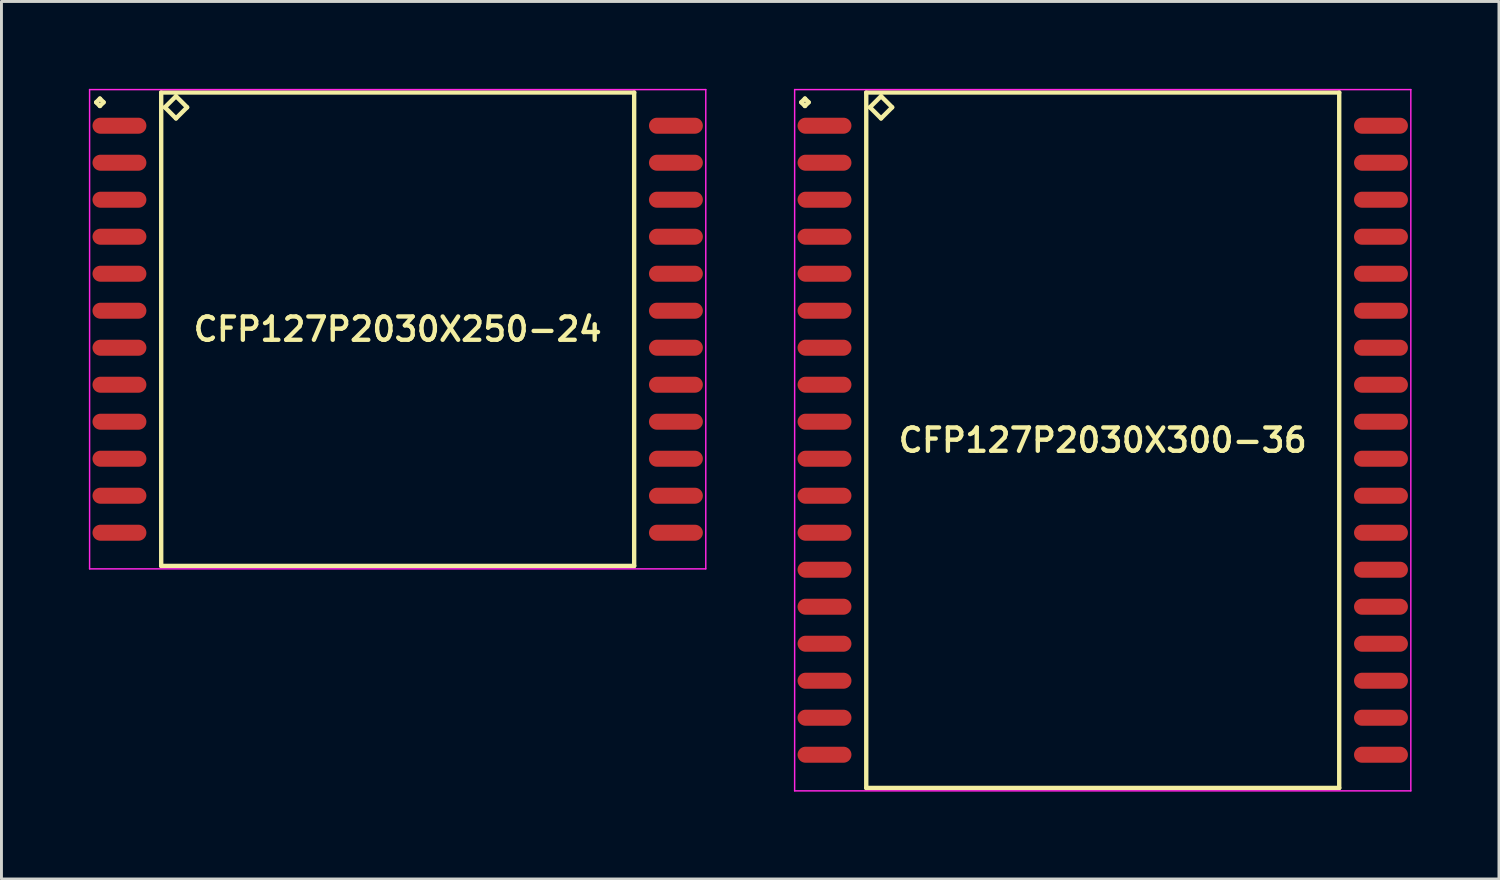
<source format=kicad_pcb>
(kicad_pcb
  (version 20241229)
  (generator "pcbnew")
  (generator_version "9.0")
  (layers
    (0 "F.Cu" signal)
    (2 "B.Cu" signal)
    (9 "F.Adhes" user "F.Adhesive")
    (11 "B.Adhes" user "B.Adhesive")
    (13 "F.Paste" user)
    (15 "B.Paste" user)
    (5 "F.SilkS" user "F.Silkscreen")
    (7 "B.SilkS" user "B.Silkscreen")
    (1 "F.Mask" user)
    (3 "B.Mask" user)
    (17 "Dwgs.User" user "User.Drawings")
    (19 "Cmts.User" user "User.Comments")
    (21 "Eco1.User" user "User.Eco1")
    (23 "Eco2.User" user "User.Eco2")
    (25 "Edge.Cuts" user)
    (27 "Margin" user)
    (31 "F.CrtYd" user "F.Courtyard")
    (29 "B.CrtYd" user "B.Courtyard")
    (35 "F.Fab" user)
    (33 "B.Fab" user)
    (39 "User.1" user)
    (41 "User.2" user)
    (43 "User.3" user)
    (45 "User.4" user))
  (footprint "CFP127P2030X250-24"
    (layer "F.Cu")
    (at 10.6 8.25)
    (property "Reference" "CFP127P2030X250-24" (at 0 0 0) (layer "F.SilkS") (effects (font (size 0.8 0.8) (thickness 0.15))))
    (attr smd)
    (fp_line (start -10.348 -7.789) (end -10.221 -7.916) (stroke (width 0.15) (type solid)) (layer "F.SilkS"))
    (fp_line (start -10.221 -7.916) (end -10.094 -7.789) (stroke (width 0.15) (type solid)) (layer "F.SilkS"))
    (fp_line (start -10.221 -7.662) (end -10.348 -7.789) (stroke (width 0.15) (type solid)) (layer "F.SilkS"))
    (fp_line (start -10.094 -7.789) (end -10.221 -7.662) (stroke (width 0.15) (type solid)) (layer "F.SilkS"))
    (fp_line (start -8.117 -8.125) (end -8.117 8.125) (stroke (width 0.15) (type solid)) (layer "F.SilkS"))
    (fp_line (start -8.117 8.125) (end 8.117 8.125) (stroke (width 0.15) (type solid)) (layer "F.SilkS"))
    (fp_line (start -7.99 -7.617) (end -7.609 -7.998) (stroke (width 0.15) (type solid)) (layer "F.SilkS"))
    (fp_line (start -7.609 -7.998) (end -7.228 -7.617) (stroke (width 0.15) (type solid)) (layer "F.SilkS"))
    (fp_line (start -7.609 -7.236) (end -7.99 -7.617) (stroke (width 0.15) (type solid)) (layer "F.SilkS"))
    (fp_line (start -7.228 -7.617) (end -7.609 -7.236) (stroke (width 0.15) (type solid)) (layer "F.SilkS"))
    (fp_line (start 8.117 -8.125) (end -8.117 -8.125) (stroke (width 0.15) (type solid)) (layer "F.SilkS"))
    (fp_line (start 8.117 8.125) (end 8.117 -8.125) (stroke (width 0.15) (type solid)) (layer "F.SilkS"))
    (fp_line (start -10.575 -8.225) (end 10.575 -8.225) (stroke (width 0.05) (type solid)) (layer "F.CrtYd"))
    (fp_line (start -10.575 8.225) (end -10.575 -8.225) (stroke (width 0.05) (type solid)) (layer "F.CrtYd"))
    (fp_line (start 10.575 -8.225) (end 10.575 8.225) (stroke (width 0.05) (type solid)) (layer "F.CrtYd"))
    (fp_line (start 10.575 8.225) (end -10.575 8.225) (stroke (width 0.05) (type solid)) (layer "F.CrtYd"))
    (pad "1" smd oval (at -9.55 -6.985) (size 1.85 0.55) (layers "F.Cu" "F.Mask" "F.Paste"))
    (pad "2" smd oval (at -9.55 -5.715) (size 1.85 0.55) (layers "F.Cu" "F.Mask" "F.Paste"))
    (pad "3" smd oval (at -9.55 -4.445) (size 1.85 0.55) (layers "F.Cu" "F.Mask" "F.Paste"))
    (pad "4" smd oval (at -9.55 -3.175) (size 1.85 0.55) (layers "F.Cu" "F.Mask" "F.Paste"))
    (pad "5" smd oval (at -9.55 -1.905) (size 1.85 0.55) (layers "F.Cu" "F.Mask" "F.Paste"))
    (pad "6" smd oval (at -9.55 -0.635) (size 1.85 0.55) (layers "F.Cu" "F.Mask" "F.Paste"))
    (pad "7" smd oval (at -9.55 0.635) (size 1.85 0.55) (layers "F.Cu" "F.Mask" "F.Paste"))
    (pad "8" smd oval (at -9.55 1.905) (size 1.85 0.55) (layers "F.Cu" "F.Mask" "F.Paste"))
    (pad "9" smd oval (at -9.55 3.175) (size 1.85 0.55) (layers "F.Cu" "F.Mask" "F.Paste"))
    (pad "10" smd oval (at -9.55 4.445) (size 1.85 0.55) (layers "F.Cu" "F.Mask" "F.Paste"))
    (pad "11" smd oval (at -9.55 5.715) (size 1.85 0.55) (layers "F.Cu" "F.Mask" "F.Paste"))
    (pad "12" smd oval (at -9.55 6.985) (size 1.85 0.55) (layers "F.Cu" "F.Mask" "F.Paste"))
    (pad "13" smd oval (at 9.55 6.985) (size 1.85 0.55) (layers "F.Cu" "F.Mask" "F.Paste"))
    (pad "14" smd oval (at 9.55 5.715) (size 1.85 0.55) (layers "F.Cu" "F.Mask" "F.Paste"))
    (pad "15" smd oval (at 9.55 4.445) (size 1.85 0.55) (layers "F.Cu" "F.Mask" "F.Paste"))
    (pad "16" smd oval (at 9.55 3.175) (size 1.85 0.55) (layers "F.Cu" "F.Mask" "F.Paste"))
    (pad "17" smd oval (at 9.55 1.905) (size 1.85 0.55) (layers "F.Cu" "F.Mask" "F.Paste"))
    (pad "18" smd oval (at 9.55 0.635) (size 1.85 0.55) (layers "F.Cu" "F.Mask" "F.Paste"))
    (pad "19" smd oval (at 9.55 -0.635) (size 1.85 0.55) (layers "F.Cu" "F.Mask" "F.Paste"))
    (pad "20" smd oval (at 9.55 -1.905) (size 1.85 0.55) (layers "F.Cu" "F.Mask" "F.Paste"))
    (pad "21" smd oval (at 9.55 -3.175) (size 1.85 0.55) (layers "F.Cu" "F.Mask" "F.Paste"))
    (pad "22" smd oval (at 9.55 -4.445) (size 1.85 0.55) (layers "F.Cu" "F.Mask" "F.Paste"))
    (pad "23" smd oval (at 9.55 -5.715) (size 1.85 0.55) (layers "F.Cu" "F.Mask" "F.Paste"))
    (pad "24" smd oval (at 9.55 -6.985) (size 1.85 0.55) (layers "F.Cu" "F.Mask" "F.Paste")))
  (footprint "CFP127P2030X300-36"
    (layer "F.Cu")
    (at 34.8 12.06)
    (property "Reference" "CFP127P2030X300-36" (at 0 0 0) (layer "F.SilkS") (effects (font (size 0.8 0.8) (thickness 0.15))))
    (attr smd)
    (fp_line (start -10.348 -11.599) (end -10.221 -11.726) (stroke (width 0.15) (type solid)) (layer "F.SilkS"))
    (fp_line (start -10.221 -11.726) (end -10.094 -11.599) (stroke (width 0.15) (type solid)) (layer "F.SilkS"))
    (fp_line (start -10.221 -11.472) (end -10.348 -11.599) (stroke (width 0.15) (type solid)) (layer "F.SilkS"))
    (fp_line (start -10.094 -11.599) (end -10.221 -11.472) (stroke (width 0.15) (type solid)) (layer "F.SilkS"))
    (fp_line (start -8.117 -11.935) (end -8.117 11.935) (stroke (width 0.15) (type solid)) (layer "F.SilkS"))
    (fp_line (start -8.117 11.935) (end 8.117 11.935) (stroke (width 0.15) (type solid)) (layer "F.SilkS"))
    (fp_line (start -7.99 -11.427) (end -7.609 -11.808) (stroke (width 0.15) (type solid)) (layer "F.SilkS"))
    (fp_line (start -7.609 -11.808) (end -7.228 -11.427) (stroke (width 0.15) (type solid)) (layer "F.SilkS"))
    (fp_line (start -7.609 -11.046) (end -7.99 -11.427) (stroke (width 0.15) (type solid)) (layer "F.SilkS"))
    (fp_line (start -7.228 -11.427) (end -7.609 -11.046) (stroke (width 0.15) (type solid)) (layer "F.SilkS"))
    (fp_line (start 8.117 -11.935) (end -8.117 -11.935) (stroke (width 0.15) (type solid)) (layer "F.SilkS"))
    (fp_line (start 8.117 11.935) (end 8.117 -11.935) (stroke (width 0.15) (type solid)) (layer "F.SilkS"))
    (fp_line (start -10.575 -12.035) (end 10.575 -12.035) (stroke (width 0.05) (type solid)) (layer "F.CrtYd"))
    (fp_line (start -10.575 12.035) (end -10.575 -12.035) (stroke (width 0.05) (type solid)) (layer "F.CrtYd"))
    (fp_line (start 10.575 -12.035) (end 10.575 12.035) (stroke (width 0.05) (type solid)) (layer "F.CrtYd"))
    (fp_line (start 10.575 12.035) (end -10.575 12.035) (stroke (width 0.05) (type solid)) (layer "F.CrtYd"))
    (pad "1" smd oval (at -9.55 -10.795) (size 1.85 0.55) (layers "F.Cu" "F.Mask" "F.Paste"))
    (pad "2" smd oval (at -9.55 -9.525) (size 1.85 0.55) (layers "F.Cu" "F.Mask" "F.Paste"))
    (pad "3" smd oval (at -9.55 -8.255) (size 1.85 0.55) (layers "F.Cu" "F.Mask" "F.Paste"))
    (pad "4" smd oval (at -9.55 -6.985) (size 1.85 0.55) (layers "F.Cu" "F.Mask" "F.Paste"))
    (pad "5" smd oval (at -9.55 -5.715) (size 1.85 0.55) (layers "F.Cu" "F.Mask" "F.Paste"))
    (pad "6" smd oval (at -9.55 -4.445) (size 1.85 0.55) (layers "F.Cu" "F.Mask" "F.Paste"))
    (pad "7" smd oval (at -9.55 -3.175) (size 1.85 0.55) (layers "F.Cu" "F.Mask" "F.Paste"))
    (pad "8" smd oval (at -9.55 -1.905) (size 1.85 0.55) (layers "F.Cu" "F.Mask" "F.Paste"))
    (pad "9" smd oval (at -9.55 -0.635) (size 1.85 0.55) (layers "F.Cu" "F.Mask" "F.Paste"))
    (pad "10" smd oval (at -9.55 0.635) (size 1.85 0.55) (layers "F.Cu" "F.Mask" "F.Paste"))
    (pad "11" smd oval (at -9.55 1.905) (size 1.85 0.55) (layers "F.Cu" "F.Mask" "F.Paste"))
    (pad "12" smd oval (at -9.55 3.175) (size 1.85 0.55) (layers "F.Cu" "F.Mask" "F.Paste"))
    (pad "13" smd oval (at -9.55 4.445) (size 1.85 0.55) (layers "F.Cu" "F.Mask" "F.Paste"))
    (pad "14" smd oval (at -9.55 5.715) (size 1.85 0.55) (layers "F.Cu" "F.Mask" "F.Paste"))
    (pad "15" smd oval (at -9.55 6.985) (size 1.85 0.55) (layers "F.Cu" "F.Mask" "F.Paste"))
    (pad "16" smd oval (at -9.55 8.255) (size 1.85 0.55) (layers "F.Cu" "F.Mask" "F.Paste"))
    (pad "17" smd oval (at -9.55 9.525) (size 1.85 0.55) (layers "F.Cu" "F.Mask" "F.Paste"))
    (pad "18" smd oval (at -9.55 10.795) (size 1.85 0.55) (layers "F.Cu" "F.Mask" "F.Paste"))
    (pad "19" smd oval (at 9.55 10.795) (size 1.85 0.55) (layers "F.Cu" "F.Mask" "F.Paste"))
    (pad "20" smd oval (at 9.55 9.525) (size 1.85 0.55) (layers "F.Cu" "F.Mask" "F.Paste"))
    (pad "21" smd oval (at 9.55 8.255) (size 1.85 0.55) (layers "F.Cu" "F.Mask" "F.Paste"))
    (pad "22" smd oval (at 9.55 6.985) (size 1.85 0.55) (layers "F.Cu" "F.Mask" "F.Paste"))
    (pad "23" smd oval (at 9.55 5.715) (size 1.85 0.55) (layers "F.Cu" "F.Mask" "F.Paste"))
    (pad "24" smd oval (at 9.55 4.445) (size 1.85 0.55) (layers "F.Cu" "F.Mask" "F.Paste"))
    (pad "25" smd oval (at 9.55 3.175) (size 1.85 0.55) (layers "F.Cu" "F.Mask" "F.Paste"))
    (pad "26" smd oval (at 9.55 1.905) (size 1.85 0.55) (layers "F.Cu" "F.Mask" "F.Paste"))
    (pad "27" smd oval (at 9.55 0.635) (size 1.85 0.55) (layers "F.Cu" "F.Mask" "F.Paste"))
    (pad "28" smd oval (at 9.55 -0.635) (size 1.85 0.55) (layers "F.Cu" "F.Mask" "F.Paste"))
    (pad "29" smd oval (at 9.55 -1.905) (size 1.85 0.55) (layers "F.Cu" "F.Mask" "F.Paste"))
    (pad "30" smd oval (at 9.55 -3.175) (size 1.85 0.55) (layers "F.Cu" "F.Mask" "F.Paste"))
    (pad "31" smd oval (at 9.55 -4.445) (size 1.85 0.55) (layers "F.Cu" "F.Mask" "F.Paste"))
    (pad "32" smd oval (at 9.55 -5.715) (size 1.85 0.55) (layers "F.Cu" "F.Mask" "F.Paste"))
    (pad "33" smd oval (at 9.55 -6.985) (size 1.85 0.55) (layers "F.Cu" "F.Mask" "F.Paste"))
    (pad "34" smd oval (at 9.55 -8.255) (size 1.85 0.55) (layers "F.Cu" "F.Mask" "F.Paste"))
    (pad "35" smd oval (at 9.55 -9.525) (size 1.85 0.55) (layers "F.Cu" "F.Mask" "F.Paste"))
    (pad "36" smd oval (at 9.55 -10.795) (size 1.85 0.55) (layers "F.Cu" "F.Mask" "F.Paste")))
  (gr_rect
    (start -3 -3)
    (end 48.4 27.12)
    (stroke (width 0.1) (type default))
    (fill no)
    (layer "Edge.Cuts")))
</source>
